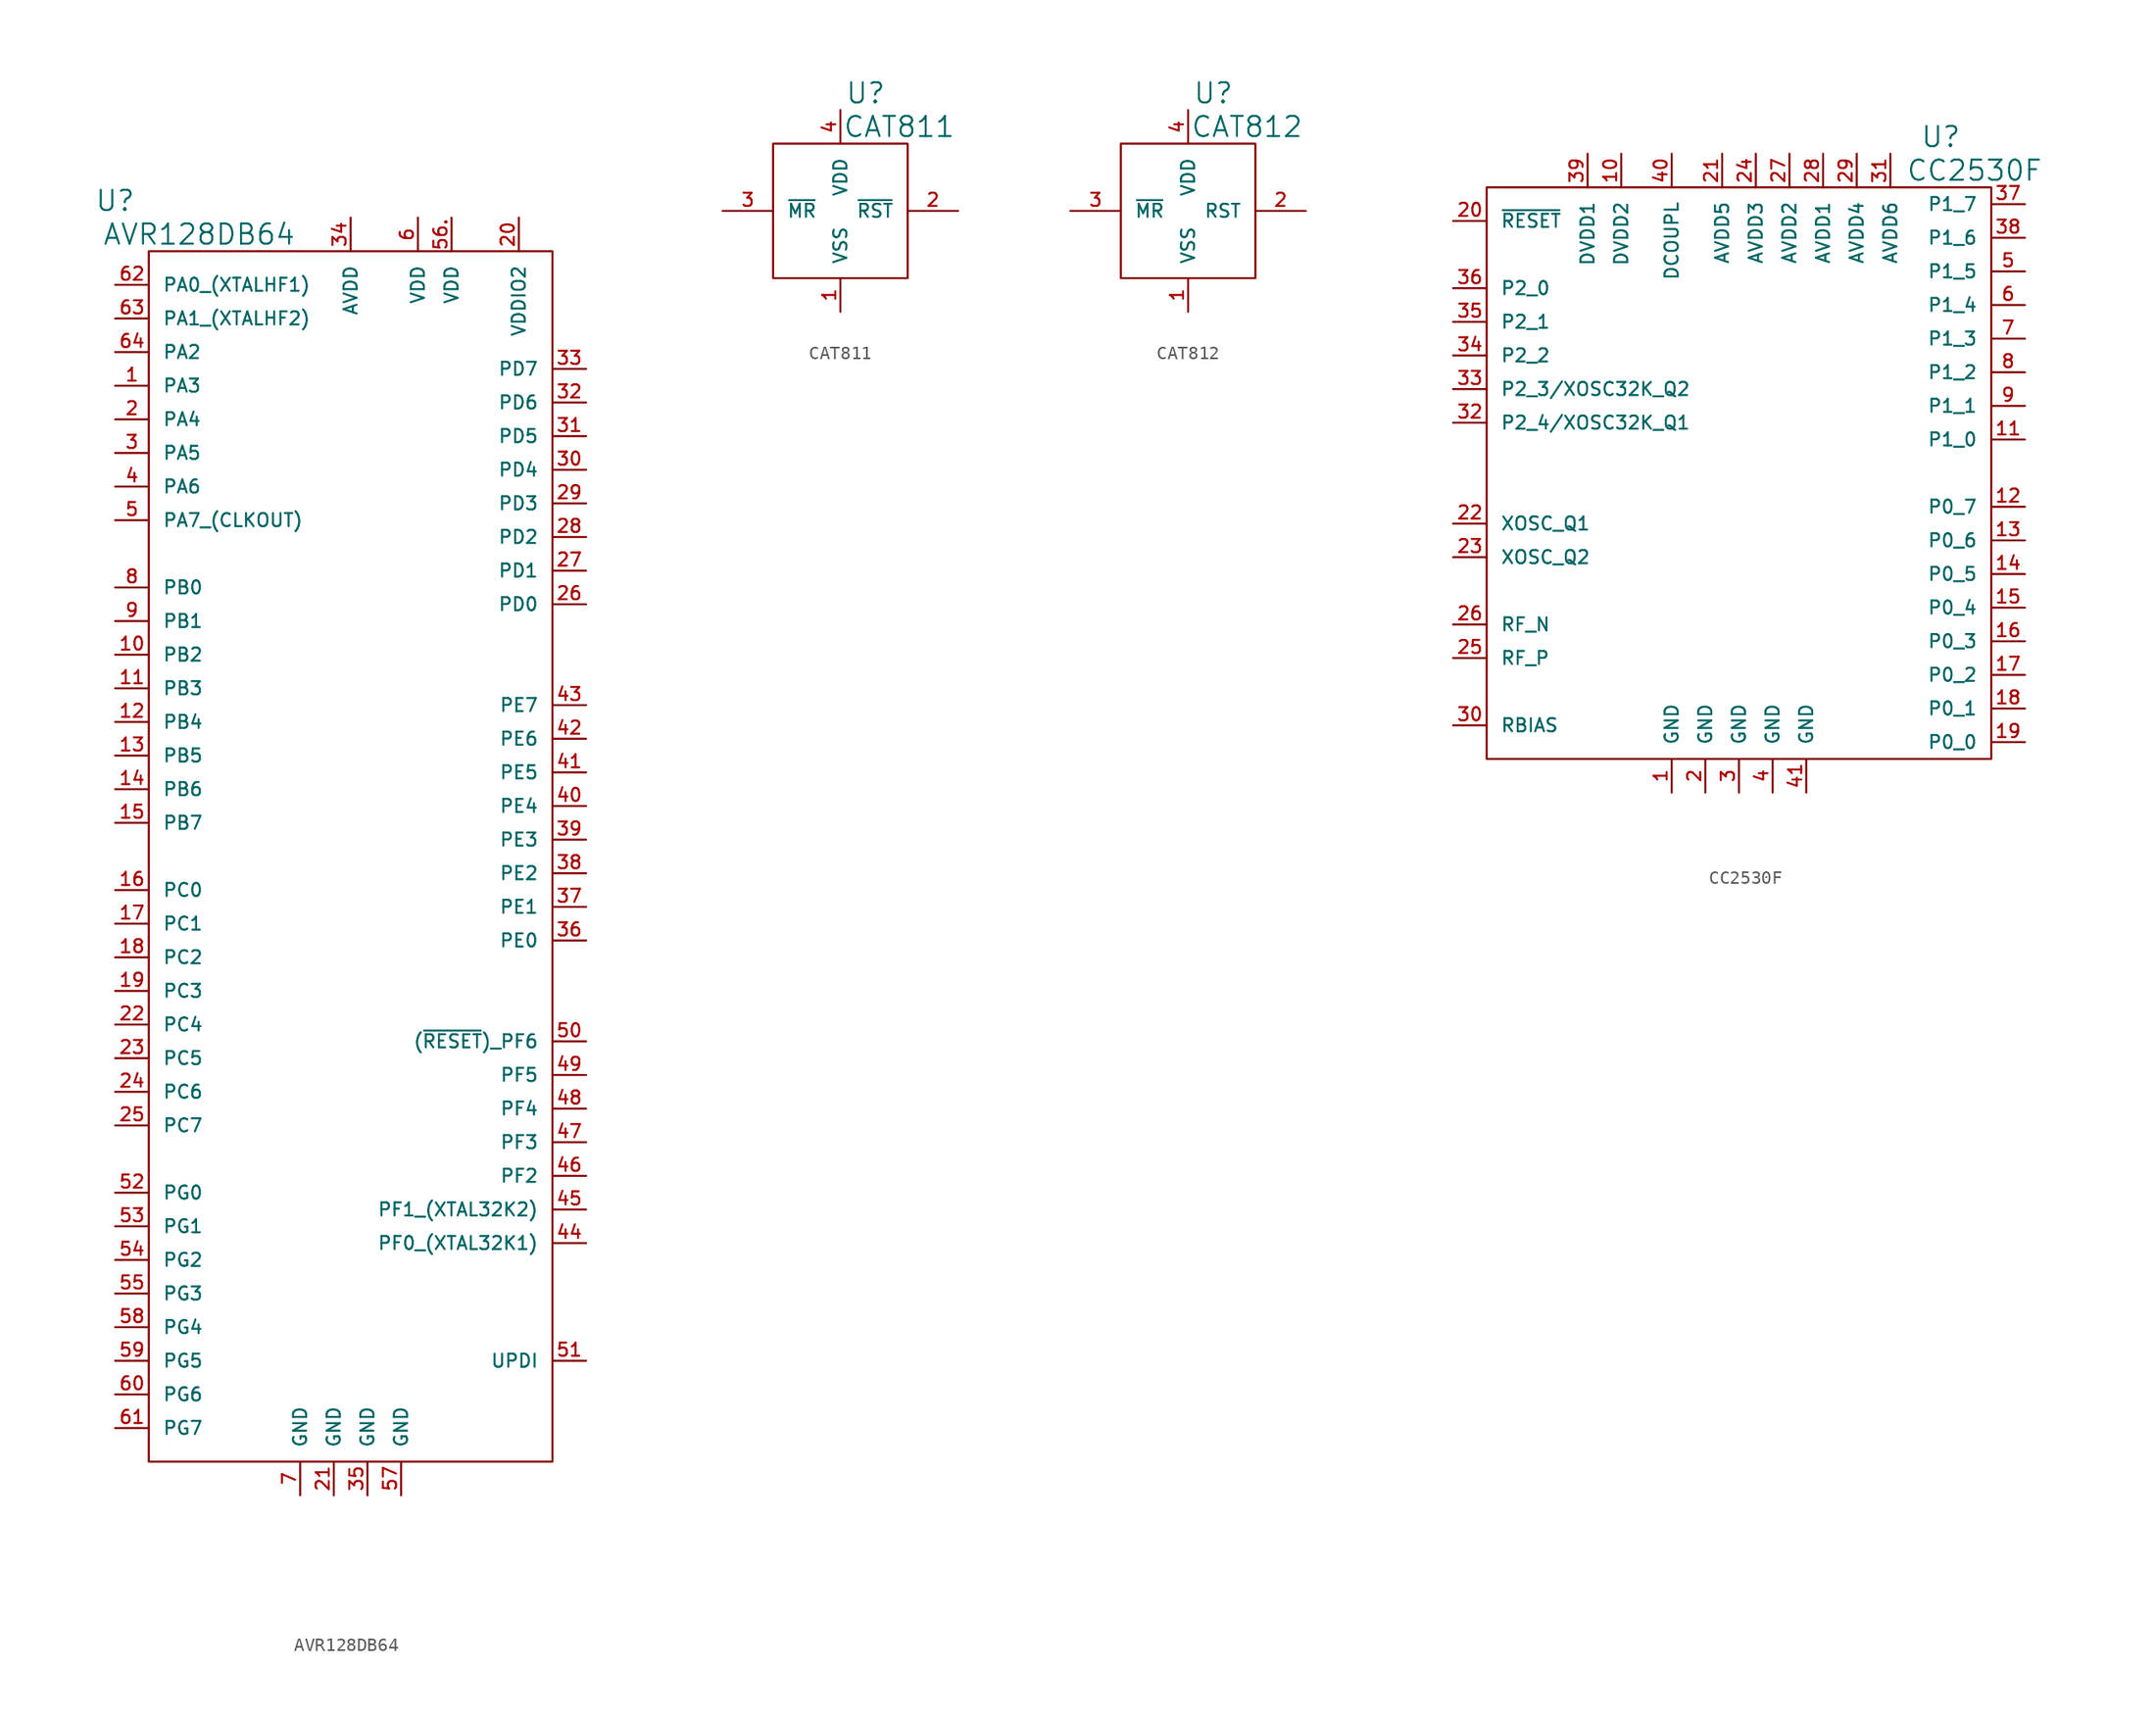
<source format=kicad_sym>
(kicad_symbol_lib
  (version 20220914)
  (generator kicad_symbol_editor)
  (symbol "AVR128DB64"
    (pin_names
      (offset 1.016))
    (property "Reference" "U"
      (at -17.78 49.53 0)
      (effects (font (size 1.524 1.524))))
    (property "Value" "AVR128DB64"
      (at -11.43 46.99 0)
      (effects (font (size 1.524 1.524))))
    (property "Footprint" ""
      (at 0 6.35 0)
      (effects (font (size 1.524 1.524))))
    (symbol "AVR128DB64_0_1"
      (rectangle (start -15.24 45.72) (end 15.24 -45.72) (stroke (width 0) (type solid)) (fill (type none))))
    (symbol "AVR128DB64_1_1"
      (pin passive line (at -17.78 35.56 0) (length 2.54) (name "PA3" (effects (font (size 0.991 0.991)))) (number "1" (effects (font (size 0.991 0.991)))))
      (pin passive line (at -17.78 15.24 0) (length 2.54) (name "PB2" (effects (font (size 0.991 0.991)))) (number "10" (effects (font (size 0.991 0.991)))))
      (pin passive line (at -17.78 12.7 0) (length 2.54) (name "PB3" (effects (font (size 0.991 0.991)))) (number "11" (effects (font (size 0.991 0.991)))))
      (pin passive line (at -17.78 10.16 0) (length 2.54) (name "PB4" (effects (font (size 0.991 0.991)))) (number "12" (effects (font (size 0.991 0.991)))))
      (pin passive line (at -17.78 7.62 0) (length 2.54) (name "PB5" (effects (font (size 0.991 0.991)))) (number "13" (effects (font (size 0.991 0.991)))))
      (pin passive line (at -17.78 5.08 0) (length 2.54) (name "PB6" (effects (font (size 0.991 0.991)))) (number "14" (effects (font (size 0.991 0.991)))))
      (pin passive line (at -17.78 2.54 0) (length 2.54) (name "PB7" (effects (font (size 0.991 0.991)))) (number "15" (effects (font (size 0.991 0.991)))))
      (pin passive line (at -17.78 -2.54 0) (length 2.54) (name "PC0" (effects (font (size 0.991 0.991)))) (number "16" (effects (font (size 0.991 0.991)))))
      (pin passive line (at -17.78 -5.08 0) (length 2.54) (name "PC1" (effects (font (size 0.991 0.991)))) (number "17" (effects (font (size 0.991 0.991)))))
      (pin passive line (at -17.78 -7.62 0) (length 2.54) (name "PC2" (effects (font (size 0.991 0.991)))) (number "18" (effects (font (size 0.991 0.991)))))
      (pin passive line (at -17.78 -10.16 0) (length 2.54) (name "PC3" (effects (font (size 0.991 0.991)))) (number "19" (effects (font (size 0.991 0.991)))))
      (pin passive line (at -17.78 33.02 0) (length 2.54) (name "PA4" (effects (font (size 0.991 0.991)))) (number "2" (effects (font (size 0.991 0.991)))))
      (pin passive line (at 12.7 48.26 270) (length 2.54) (name "VDDIO2" (effects (font (size 0.991 0.991)))) (number "20" (effects (font (size 0.991 0.991)))))
      (pin passive line (at -1.27 -48.26 90) (length 2.54) (name "GND" (effects (font (size 0.991 0.991)))) (number "21" (effects (font (size 0.991 0.991)))))
      (pin passive line (at -17.78 -12.7 0) (length 2.54) (name "PC4" (effects (font (size 0.991 0.991)))) (number "22" (effects (font (size 0.991 0.991)))))
      (pin passive line (at -17.78 -15.24 0) (length 2.54) (name "PC5" (effects (font (size 0.991 0.991)))) (number "23" (effects (font (size 0.991 0.991)))))
      (pin passive line (at -17.78 -17.78 0) (length 2.54) (name "PC6" (effects (font (size 0.991 0.991)))) (number "24" (effects (font (size 0.991 0.991)))))
      (pin passive line (at -17.78 -20.32 0) (length 2.54) (name "PC7" (effects (font (size 0.991 0.991)))) (number "25" (effects (font (size 0.991 0.991)))))
      (pin passive line (at 17.78 19.05 180) (length 2.54) (name "PD0" (effects (font (size 0.991 0.991)))) (number "26" (effects (font (size 0.991 0.991)))))
      (pin passive line (at 17.78 21.59 180) (length 2.54) (name "PD1" (effects (font (size 0.991 0.991)))) (number "27" (effects (font (size 0.991 0.991)))))
      (pin passive line (at 17.78 24.13 180) (length 2.54) (name "PD2" (effects (font (size 0.991 0.991)))) (number "28" (effects (font (size 0.991 0.991)))))
      (pin passive line (at 17.78 26.67 180) (length 2.54) (name "PD3" (effects (font (size 0.991 0.991)))) (number "29" (effects (font (size 0.991 0.991)))))
      (pin passive line (at -17.78 30.48 0) (length 2.54) (name "PA5" (effects (font (size 0.991 0.991)))) (number "3" (effects (font (size 0.991 0.991)))))
      (pin passive line (at 17.78 29.21 180) (length 2.54) (name "PD4" (effects (font (size 0.991 0.991)))) (number "30" (effects (font (size 0.991 0.991)))))
      (pin passive line (at 17.78 31.75 180) (length 2.54) (name "PD5" (effects (font (size 0.991 0.991)))) (number "31" (effects (font (size 0.991 0.991)))))
      (pin passive line (at 17.78 34.29 180) (length 2.54) (name "PD6" (effects (font (size 0.991 0.991)))) (number "32" (effects (font (size 0.991 0.991)))))
      (pin passive line (at 17.78 36.83 180) (length 2.54) (name "PD7" (effects (font (size 0.991 0.991)))) (number "33" (effects (font (size 0.991 0.991)))))
      (pin passive line (at 0 48.26 270) (length 2.54) (name "AVDD" (effects (font (size 0.991 0.991)))) (number "34" (effects (font (size 0.991 0.991)))))
      (pin passive line (at 1.27 -48.26 90) (length 2.54) (name "GND" (effects (font (size 0.991 0.991)))) (number "35" (effects (font (size 0.991 0.991)))))
      (pin passive line (at 17.78 -6.35 180) (length 2.54) (name "PE0" (effects (font (size 0.991 0.991)))) (number "36" (effects (font (size 0.991 0.991)))))
      (pin passive line (at 17.78 -3.81 180) (length 2.54) (name "PE1" (effects (font (size 0.991 0.991)))) (number "37" (effects (font (size 0.991 0.991)))))
      (pin passive line (at 17.78 -1.27 180) (length 2.54) (name "PE2" (effects (font (size 0.991 0.991)))) (number "38" (effects (font (size 0.991 0.991)))))
      (pin passive line (at 17.78 1.27 180) (length 2.54) (name "PE3" (effects (font (size 0.991 0.991)))) (number "39" (effects (font (size 0.991 0.991)))))
      (pin passive line (at -17.78 27.94 0) (length 2.54) (name "PA6" (effects (font (size 0.991 0.991)))) (number "4" (effects (font (size 0.991 0.991)))))
      (pin passive line (at 17.78 3.81 180) (length 2.54) (name "PE4" (effects (font (size 0.991 0.991)))) (number "40" (effects (font (size 0.991 0.991)))))
      (pin passive line (at 17.78 6.35 180) (length 2.54) (name "PE5" (effects (font (size 0.991 0.991)))) (number "41" (effects (font (size 0.991 0.991)))))
      (pin passive line (at 17.78 8.89 180) (length 2.54) (name "PE6" (effects (font (size 0.991 0.991)))) (number "42" (effects (font (size 0.991 0.991)))))
      (pin passive line (at 17.78 11.43 180) (length 2.54) (name "PE7" (effects (font (size 0.991 0.991)))) (number "43" (effects (font (size 0.991 0.991)))))
      (pin passive line (at 17.78 -29.21 180) (length 2.54) (name "PF0_(XTAL32K1)" (effects (font (size 0.991 0.991)))) (number "44" (effects (font (size 0.991 0.991)))))
      (pin passive line (at 17.78 -26.67 180) (length 2.54) (name "PF1_(XTAL32K2)" (effects (font (size 0.991 0.991)))) (number "45" (effects (font (size 0.991 0.991)))))
      (pin passive line (at 17.78 -24.13 180) (length 2.54) (name "PF2" (effects (font (size 0.991 0.991)))) (number "46" (effects (font (size 0.991 0.991)))))
      (pin passive line (at 17.78 -21.59 180) (length 2.54) (name "PF3" (effects (font (size 0.991 0.991)))) (number "47" (effects (font (size 0.991 0.991)))))
      (pin passive line (at 17.78 -19.05 180) (length 2.54) (name "PF4" (effects (font (size 0.991 0.991)))) (number "48" (effects (font (size 0.991 0.991)))))
      (pin passive line (at 17.78 -16.51 180) (length 2.54) (name "PF5" (effects (font (size 0.991 0.991)))) (number "49" (effects (font (size 0.991 0.991)))))
      (pin passive line (at -17.78 25.4 0) (length 2.54) (name "PA7_(CLKOUT)" (effects (font (size 0.991 0.991)))) (number "5" (effects (font (size 0.991 0.991)))))
      (pin passive line (at 17.78 -13.97 180) (length 2.54) (name "(~{RESET})_PF6" (effects (font (size 0.991 0.991)))) (number "50" (effects (font (size 0.991 0.991)))))
      (pin passive line (at 17.78 -38.1 180) (length 2.54) (name "UPDI" (effects (font (size 0.991 0.991)))) (number "51" (effects (font (size 0.991 0.991)))))
      (pin passive line (at -17.78 -25.4 0) (length 2.54) (name "PG0" (effects (font (size 0.991 0.991)))) (number "52" (effects (font (size 0.991 0.991)))))
      (pin passive line (at -17.78 -27.94 0) (length 2.54) (name "PG1" (effects (font (size 0.991 0.991)))) (number "53" (effects (font (size 0.991 0.991)))))
      (pin passive line (at -17.78 -30.48 0) (length 2.54) (name "PG2" (effects (font (size 0.991 0.991)))) (number "54" (effects (font (size 0.991 0.991)))))
      (pin passive line (at -17.78 -33.02 0) (length 2.54) (name "PG3" (effects (font (size 0.991 0.991)))) (number "55" (effects (font (size 0.991 0.991)))))
      (pin passive line (at 7.62 48.26 270) (length 2.54) (name "VDD" (effects (font (size 0.991 0.991)))) (number "56." (effects (font (size 0.991 0.991)))))
      (pin passive line (at 3.81 -48.26 90) (length 2.54) (name "GND" (effects (font (size 0.991 0.991)))) (number "57" (effects (font (size 0.991 0.991)))))
      (pin passive line (at -17.78 -35.56 0) (length 2.54) (name "PG4" (effects (font (size 0.991 0.991)))) (number "58" (effects (font (size 0.991 0.991)))))
      (pin passive line (at -17.78 -38.1 0) (length 2.54) (name "PG5" (effects (font (size 0.991 0.991)))) (number "59" (effects (font (size 0.991 0.991)))))
      (pin passive line (at 5.08 48.26 270) (length 2.54) (name "VDD" (effects (font (size 0.991 0.991)))) (number "6" (effects (font (size 0.991 0.991)))))
      (pin passive line (at -17.78 -40.64 0) (length 2.54) (name "PG6" (effects (font (size 0.991 0.991)))) (number "60" (effects (font (size 0.991 0.991)))))
      (pin passive line (at -17.78 -43.18 0) (length 2.54) (name "PG7" (effects (font (size 0.991 0.991)))) (number "61" (effects (font (size 0.991 0.991)))))
      (pin passive line (at -17.78 43.18 0) (length 2.54) (name "PA0_(XTALHF1)" (effects (font (size 0.991 0.991)))) (number "62" (effects (font (size 0.991 0.991)))))
      (pin passive line (at -17.78 40.64 0) (length 2.54) (name "PA1_(XTALHF2)" (effects (font (size 0.991 0.991)))) (number "63" (effects (font (size 0.991 0.991)))))
      (pin passive line (at -17.78 38.1 0) (length 2.54) (name "PA2" (effects (font (size 0.991 0.991)))) (number "64" (effects (font (size 0.991 0.991)))))
      (pin passive line (at -3.81 -48.26 90) (length 2.54) (name "GND" (effects (font (size 0.991 0.991)))) (number "7" (effects (font (size 0.991 0.991)))))
      (pin passive line (at -17.78 20.32 0) (length 2.54) (name "PB0" (effects (font (size 0.991 0.991)))) (number "8" (effects (font (size 0.991 0.991)))))
      (pin passive line (at -17.78 17.78 0) (length 2.54) (name "PB1" (effects (font (size 0.991 0.991)))) (number "9" (effects (font (size 0.991 0.991)))))))
  (symbol "CAT811"
    (pin_names
      (offset 1.016))
    (property "Reference" "U"
      (at 1.905 8.89 0)
      (effects (font (size 1.524 1.524))))
    (property "Value" "CAT811"
      (at 4.445 6.35 0)
      (effects (font (size 1.524 1.524))))
    (property "Footprint" ""
      (at 0 0 0)
      (effects (font (size 1.524 1.524))))
    (property "Datasheet" ""
      (at 0 0 0)
      (effects (font (size 1.524 1.524))))
    (symbol "CAT811_0_1"
      (rectangle (start -5.08 5.08) (end 5.08 -5.08) (stroke (width 0) (type solid)) (fill (type none))))
    (symbol "CAT811_1_1"
      (pin passive line (at 0 -7.62 90) (length 2.54) (name "VSS" (effects (font (size 0.991 0.991)))) (number "1" (effects (font (size 0.991 0.991)))))
      (pin passive line (at 8.89 0 180) (length 3.81) (name "~{RST}" (effects (font (size 0.991 0.991)))) (number "2" (effects (font (size 0.991 0.991)))))
      (pin passive line (at -8.89 0 0) (length 3.81) (name "~{MR}" (effects (font (size 0.991 0.991)))) (number "3" (effects (font (size 0.991 0.991)))))
      (pin bidirectional line (at 0 7.62 270) (length 2.54) (name "VDD" (effects (font (size 0.991 0.991)))) (number "4" (effects (font (size 0.991 0.991)))))))
  (symbol "CAT812"
    (pin_names
      (offset 1.016))
    (property "Reference" "U"
      (at 1.905 8.89 0)
      (effects (font (size 1.524 1.524))))
    (property "Value" "CAT812"
      (at 4.445 6.35 0)
      (effects (font (size 1.524 1.524))))
    (property "Footprint" ""
      (at 0 0 0)
      (effects (font (size 1.524 1.524))))
    (property "Datasheet" ""
      (at 0 0 0)
      (effects (font (size 1.524 1.524))))
    (symbol "CAT812_0_1"
      (rectangle (start -5.08 5.08) (end 5.08 -5.08) (stroke (width 0) (type solid)) (fill (type none))))
    (symbol "CAT812_1_1"
      (pin passive line (at 0 -7.62 90) (length 2.54) (name "VSS" (effects (font (size 0.991 0.991)))) (number "1" (effects (font (size 0.991 0.991)))))
      (pin passive line (at 8.89 0 180) (length 3.81) (name "RST" (effects (font (size 0.991 0.991)))) (number "2" (effects (font (size 0.991 0.991)))))
      (pin passive line (at -8.89 0 0) (length 3.81) (name "~{MR}" (effects (font (size 0.991 0.991)))) (number "3" (effects (font (size 0.991 0.991)))))
      (pin bidirectional line (at 0 7.62 270) (length 2.54) (name "VDD" (effects (font (size 0.991 0.991)))) (number "4" (effects (font (size 0.991 0.991)))))))
  (symbol "CC2530F"
    (pin_names
      (offset 1.016))
    (property "Reference" "U"
      (at 15.24 25.4 0)
      (effects (font (size 1.524 1.524))))
    (property "Value" "CC2530F"
      (at 17.78 22.86 0)
      (effects (font (size 1.524 1.524))))
    (property "Footprint" ""
      (at 0 0 0)
      (effects (font (size 1.524 1.524))))
    (property "Datasheet" ""
      (at 0 0 0)
      (effects (font (size 1.524 1.524))))
    (symbol "CC2530F_0_1"
      (rectangle (start -19.05 21.59) (end 19.05 -21.59) (stroke (width 0) (type solid)) (fill (type none))))
    (symbol "CC2530F_1_1"
      (pin passive line (at -5.08 -24.13 90) (length 2.54) (name "GND" (effects (font (size 0.991 0.991)))) (number "1" (effects (font (size 0.991 0.991)))))
      (pin passive line (at -8.89 24.13 270) (length 2.54) (name "DVDD2" (effects (font (size 0.991 0.991)))) (number "10" (effects (font (size 0.991 0.991)))))
      (pin passive line (at 21.59 2.54 180) (length 2.54) (name "P1_0" (effects (font (size 0.991 0.991)))) (number "11" (effects (font (size 0.991 0.991)))))
      (pin passive line (at 21.59 -2.54 180) (length 2.54) (name "P0_7" (effects (font (size 0.991 0.991)))) (number "12" (effects (font (size 0.991 0.991)))))
      (pin passive line (at 21.59 -5.08 180) (length 2.54) (name "P0_6" (effects (font (size 0.991 0.991)))) (number "13" (effects (font (size 0.991 0.991)))))
      (pin passive line (at 21.59 -7.62 180) (length 2.54) (name "P0_5" (effects (font (size 0.991 0.991)))) (number "14" (effects (font (size 0.991 0.991)))))
      (pin passive line (at 21.59 -10.16 180) (length 2.54) (name "P0_4" (effects (font (size 0.991 0.991)))) (number "15" (effects (font (size 0.991 0.991)))))
      (pin passive line (at 21.59 -12.7 180) (length 2.54) (name "P0_3" (effects (font (size 0.991 0.991)))) (number "16" (effects (font (size 0.991 0.991)))))
      (pin passive line (at 21.59 -15.24 180) (length 2.54) (name "P0_2" (effects (font (size 0.991 0.991)))) (number "17" (effects (font (size 0.991 0.991)))))
      (pin passive line (at 21.59 -17.78 180) (length 2.54) (name "P0_1" (effects (font (size 0.991 0.991)))) (number "18" (effects (font (size 0.991 0.991)))))
      (pin passive line (at 21.59 -20.32 180) (length 2.54) (name "P0_0" (effects (font (size 0.991 0.991)))) (number "19" (effects (font (size 0.991 0.991)))))
      (pin passive line (at -2.54 -24.13 90) (length 2.54) (name "GND" (effects (font (size 0.991 0.991)))) (number "2" (effects (font (size 0.991 0.991)))))
      (pin passive line (at -21.59 19.05 0) (length 2.54) (name "~{RESET}" (effects (font (size 0.991 0.991)))) (number "20" (effects (font (size 0.991 0.991)))))
      (pin passive line (at -1.27 24.13 270) (length 2.54) (name "AVDD5" (effects (font (size 0.991 0.991)))) (number "21" (effects (font (size 0.991 0.991)))))
      (pin passive line (at -21.59 -3.81 0) (length 2.54) (name "XOSC_Q1" (effects (font (size 0.991 0.991)))) (number "22" (effects (font (size 0.991 0.991)))))
      (pin passive line (at -21.59 -6.35 0) (length 2.54) (name "XOSC_Q2" (effects (font (size 0.991 0.991)))) (number "23" (effects (font (size 0.991 0.991)))))
      (pin passive line (at 1.27 24.13 270) (length 2.54) (name "AVDD3" (effects (font (size 0.991 0.991)))) (number "24" (effects (font (size 0.991 0.991)))))
      (pin passive line (at -21.59 -13.97 0) (length 2.54) (name "RF_P" (effects (font (size 0.991 0.991)))) (number "25" (effects (font (size 0.991 0.991)))))
      (pin passive line (at -21.59 -11.43 0) (length 2.54) (name "RF_N" (effects (font (size 0.991 0.991)))) (number "26" (effects (font (size 0.991 0.991)))))
      (pin passive line (at 3.81 24.13 270) (length 2.54) (name "AVDD2" (effects (font (size 0.991 0.991)))) (number "27" (effects (font (size 0.991 0.991)))))
      (pin passive line (at 6.35 24.13 270) (length 2.54) (name "AVDD1" (effects (font (size 0.991 0.991)))) (number "28" (effects (font (size 0.991 0.991)))))
      (pin passive line (at 8.89 24.13 270) (length 2.54) (name "AVDD4" (effects (font (size 0.991 0.991)))) (number "29" (effects (font (size 0.991 0.991)))))
      (pin passive line (at 0 -24.13 90) (length 2.54) (name "GND" (effects (font (size 0.991 0.991)))) (number "3" (effects (font (size 0.991 0.991)))))
      (pin passive line (at -21.59 -19.05 0) (length 2.54) (name "RBIAS" (effects (font (size 0.991 0.991)))) (number "30" (effects (font (size 0.991 0.991)))))
      (pin passive line (at 11.43 24.13 270) (length 2.54) (name "AVDD6" (effects (font (size 0.991 0.991)))) (number "31" (effects (font (size 0.991 0.991)))))
      (pin passive line (at -21.59 3.81 0) (length 2.54) (name "P2_4/XOSC32K_Q1" (effects (font (size 0.991 0.991)))) (number "32" (effects (font (size 0.991 0.991)))))
      (pin passive line (at -21.59 6.35 0) (length 2.54) (name "P2_3/XOSC32K_Q2" (effects (font (size 0.991 0.991)))) (number "33" (effects (font (size 0.991 0.991)))))
      (pin passive line (at -21.59 8.89 0) (length 2.54) (name "P2_2" (effects (font (size 0.991 0.991)))) (number "34" (effects (font (size 0.991 0.991)))))
      (pin passive line (at -21.59 11.43 0) (length 2.54) (name "P2_1" (effects (font (size 0.991 0.991)))) (number "35" (effects (font (size 0.991 0.991)))))
      (pin passive line (at -21.59 13.97 0) (length 2.54) (name "P2_0" (effects (font (size 0.991 0.991)))) (number "36" (effects (font (size 0.991 0.991)))))
      (pin passive line (at 21.59 20.32 180) (length 2.54) (name "P1_7" (effects (font (size 0.991 0.991)))) (number "37" (effects (font (size 0.991 0.991)))))
      (pin passive line (at 21.59 17.78 180) (length 2.54) (name "P1_6" (effects (font (size 0.991 0.991)))) (number "38" (effects (font (size 0.991 0.991)))))
      (pin passive line (at -11.43 24.13 270) (length 2.54) (name "DVDD1" (effects (font (size 0.991 0.991)))) (number "39" (effects (font (size 0.991 0.991)))))
      (pin passive line (at 2.54 -24.13 90) (length 2.54) (name "GND" (effects (font (size 0.991 0.991)))) (number "4" (effects (font (size 0.991 0.991)))))
      (pin passive line (at -5.08 24.13 270) (length 2.54) (name "DCOUPL" (effects (font (size 0.991 0.991)))) (number "40" (effects (font (size 0.991 0.991)))))
      (pin passive line (at 5.08 -24.13 90) (length 2.54) (name "GND" (effects (font (size 0.991 0.991)))) (number "41" (effects (font (size 0.991 0.991)))))
      (pin passive line (at 21.59 15.24 180) (length 2.54) (name "P1_5" (effects (font (size 0.991 0.991)))) (number "5" (effects (font (size 0.991 0.991)))))
      (pin passive line (at 21.59 12.7 180) (length 2.54) (name "P1_4" (effects (font (size 0.991 0.991)))) (number "6" (effects (font (size 0.991 0.991)))))
      (pin passive line (at 21.59 10.16 180) (length 2.54) (name "P1_3" (effects (font (size 0.991 0.991)))) (number "7" (effects (font (size 0.991 0.991)))))
      (pin passive line (at 21.59 7.62 180) (length 2.54) (name "P1_2" (effects (font (size 0.991 0.991)))) (number "8" (effects (font (size 0.991 0.991)))))
      (pin passive line (at 21.59 5.08 180) (length 2.54) (name "P1_1" (effects (font (size 0.991 0.991)))) (number "9" (effects (font (size 0.991 0.991))))))))
</source>
